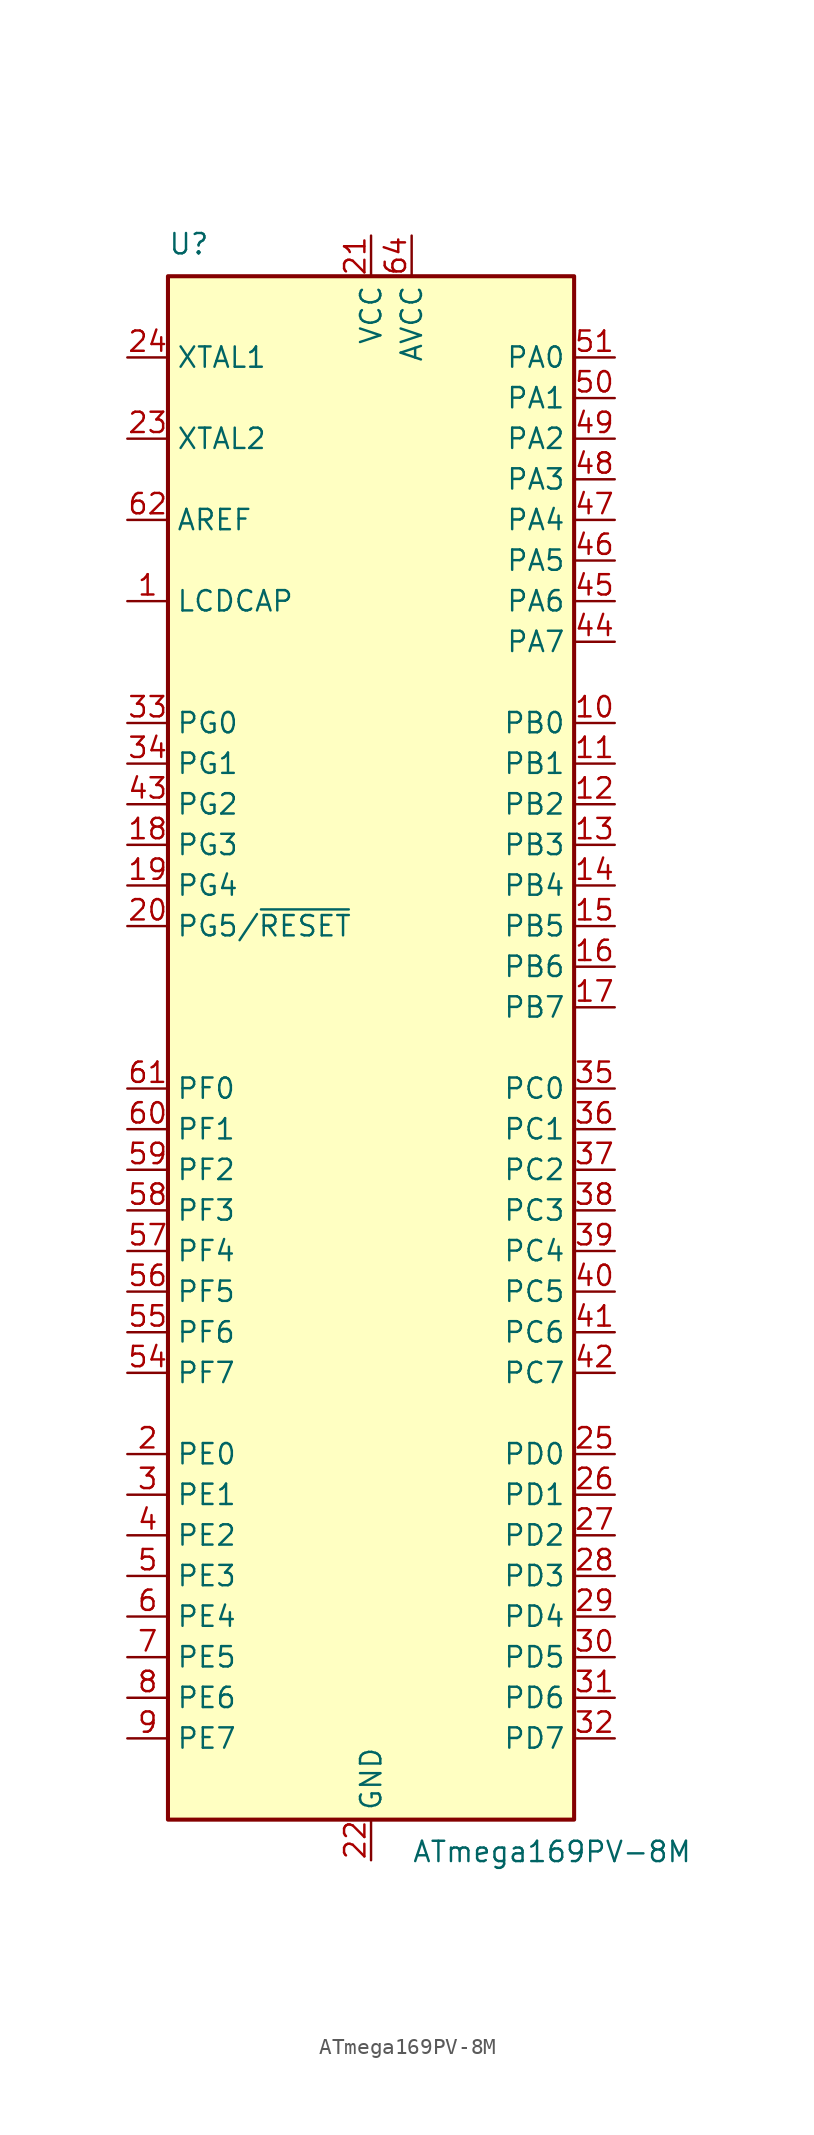
<source format=kicad_sym>
(kicad_symbol_lib
  (version 20201005)
  (generator kicad_symbol_editor)
  (symbol "ATmega169PV-8M"
    (property "Reference" "U"
      (at -12.7 49.53 0)
      (effects (font (size 1.27 1.27)) (justify left bottom)))
    (property "Value" "ATmega169PV-8M"
      (at 2.54 -49.53 0)
      (effects (font (size 1.27 1.27)) (justify left top)))
    (symbol "ATmega169PV-8M_0_1"
      (rectangle (start -12.7 -48.26) (end 12.7 48.26) (stroke (width 0.254)) (fill (type background))))
    (symbol "ATmega169PV-8M_1_1"
      (pin passive line (at -15.24 27.94 0) (length 2.54) (name "LCDCAP" (effects (font (size 1.27 1.27)))) (number "1" (effects (font (size 1.27 1.27)))))
      (pin bidirectional line (at 15.24 20.32 180) (length 2.54) (name "PB0" (effects (font (size 1.27 1.27)))) (number "10" (effects (font (size 1.27 1.27)))))
      (pin bidirectional line (at 15.24 17.78 180) (length 2.54) (name "PB1" (effects (font (size 1.27 1.27)))) (number "11" (effects (font (size 1.27 1.27)))))
      (pin bidirectional line (at 15.24 15.24 180) (length 2.54) (name "PB2" (effects (font (size 1.27 1.27)))) (number "12" (effects (font (size 1.27 1.27)))))
      (pin bidirectional line (at 15.24 12.7 180) (length 2.54) (name "PB3" (effects (font (size 1.27 1.27)))) (number "13" (effects (font (size 1.27 1.27)))))
      (pin bidirectional line (at 15.24 10.16 180) (length 2.54) (name "PB4" (effects (font (size 1.27 1.27)))) (number "14" (effects (font (size 1.27 1.27)))))
      (pin bidirectional line (at 15.24 7.62 180) (length 2.54) (name "PB5" (effects (font (size 1.27 1.27)))) (number "15" (effects (font (size 1.27 1.27)))))
      (pin bidirectional line (at 15.24 5.08 180) (length 2.54) (name "PB6" (effects (font (size 1.27 1.27)))) (number "16" (effects (font (size 1.27 1.27)))))
      (pin bidirectional line (at 15.24 2.54 180) (length 2.54) (name "PB7" (effects (font (size 1.27 1.27)))) (number "17" (effects (font (size 1.27 1.27)))))
      (pin bidirectional line (at -15.24 12.7 0) (length 2.54) (name "PG3" (effects (font (size 1.27 1.27)))) (number "18" (effects (font (size 1.27 1.27)))))
      (pin bidirectional line (at -15.24 10.16 0) (length 2.54) (name "PG4" (effects (font (size 1.27 1.27)))) (number "19" (effects (font (size 1.27 1.27)))))
      (pin bidirectional line (at -15.24 -25.4 0) (length 2.54) (name "PE0" (effects (font (size 1.27 1.27)))) (number "2" (effects (font (size 1.27 1.27)))))
      (pin bidirectional line (at -15.24 7.62 0) (length 2.54) (name "PG5/~RESET" (effects (font (size 1.27 1.27)))) (number "20" (effects (font (size 1.27 1.27)))))
      (pin power_in line (at 0 50.8 270) (length 2.54) (name "VCC" (effects (font (size 1.27 1.27)))) (number "21" (effects (font (size 1.27 1.27)))))
      (pin power_in line (at 0 -50.8 90) (length 2.54) (name "GND" (effects (font (size 1.27 1.27)))) (number "22" (effects (font (size 1.27 1.27)))))
      (pin output line (at -15.24 38.1 0) (length 2.54) (name "XTAL2" (effects (font (size 1.27 1.27)))) (number "23" (effects (font (size 1.27 1.27)))))
      (pin input line (at -15.24 43.18 0) (length 2.54) (name "XTAL1" (effects (font (size 1.27 1.27)))) (number "24" (effects (font (size 1.27 1.27)))))
      (pin bidirectional line (at 15.24 -25.4 180) (length 2.54) (name "PD0" (effects (font (size 1.27 1.27)))) (number "25" (effects (font (size 1.27 1.27)))))
      (pin bidirectional line (at 15.24 -27.94 180) (length 2.54) (name "PD1" (effects (font (size 1.27 1.27)))) (number "26" (effects (font (size 1.27 1.27)))))
      (pin bidirectional line (at 15.24 -30.48 180) (length 2.54) (name "PD2" (effects (font (size 1.27 1.27)))) (number "27" (effects (font (size 1.27 1.27)))))
      (pin bidirectional line (at 15.24 -33.02 180) (length 2.54) (name "PD3" (effects (font (size 1.27 1.27)))) (number "28" (effects (font (size 1.27 1.27)))))
      (pin bidirectional line (at 15.24 -35.56 180) (length 2.54) (name "PD4" (effects (font (size 1.27 1.27)))) (number "29" (effects (font (size 1.27 1.27)))))
      (pin bidirectional line (at -15.24 -27.94 0) (length 2.54) (name "PE1" (effects (font (size 1.27 1.27)))) (number "3" (effects (font (size 1.27 1.27)))))
      (pin bidirectional line (at 15.24 -38.1 180) (length 2.54) (name "PD5" (effects (font (size 1.27 1.27)))) (number "30" (effects (font (size 1.27 1.27)))))
      (pin bidirectional line (at 15.24 -40.64 180) (length 2.54) (name "PD6" (effects (font (size 1.27 1.27)))) (number "31" (effects (font (size 1.27 1.27)))))
      (pin bidirectional line (at 15.24 -43.18 180) (length 2.54) (name "PD7" (effects (font (size 1.27 1.27)))) (number "32" (effects (font (size 1.27 1.27)))))
      (pin bidirectional line (at -15.24 20.32 0) (length 2.54) (name "PG0" (effects (font (size 1.27 1.27)))) (number "33" (effects (font (size 1.27 1.27)))))
      (pin bidirectional line (at -15.24 17.78 0) (length 2.54) (name "PG1" (effects (font (size 1.27 1.27)))) (number "34" (effects (font (size 1.27 1.27)))))
      (pin bidirectional line (at 15.24 -2.54 180) (length 2.54) (name "PC0" (effects (font (size 1.27 1.27)))) (number "35" (effects (font (size 1.27 1.27)))))
      (pin bidirectional line (at 15.24 -5.08 180) (length 2.54) (name "PC1" (effects (font (size 1.27 1.27)))) (number "36" (effects (font (size 1.27 1.27)))))
      (pin bidirectional line (at 15.24 -7.62 180) (length 2.54) (name "PC2" (effects (font (size 1.27 1.27)))) (number "37" (effects (font (size 1.27 1.27)))))
      (pin bidirectional line (at 15.24 -10.16 180) (length 2.54) (name "PC3" (effects (font (size 1.27 1.27)))) (number "38" (effects (font (size 1.27 1.27)))))
      (pin bidirectional line (at 15.24 -12.7 180) (length 2.54) (name "PC4" (effects (font (size 1.27 1.27)))) (number "39" (effects (font (size 1.27 1.27)))))
      (pin bidirectional line (at -15.24 -30.48 0) (length 2.54) (name "PE2" (effects (font (size 1.27 1.27)))) (number "4" (effects (font (size 1.27 1.27)))))
      (pin bidirectional line (at 15.24 -15.24 180) (length 2.54) (name "PC5" (effects (font (size 1.27 1.27)))) (number "40" (effects (font (size 1.27 1.27)))))
      (pin bidirectional line (at 15.24 -17.78 180) (length 2.54) (name "PC6" (effects (font (size 1.27 1.27)))) (number "41" (effects (font (size 1.27 1.27)))))
      (pin bidirectional line (at 15.24 -20.32 180) (length 2.54) (name "PC7" (effects (font (size 1.27 1.27)))) (number "42" (effects (font (size 1.27 1.27)))))
      (pin bidirectional line (at -15.24 15.24 0) (length 2.54) (name "PG2" (effects (font (size 1.27 1.27)))) (number "43" (effects (font (size 1.27 1.27)))))
      (pin bidirectional line (at 15.24 25.4 180) (length 2.54) (name "PA7" (effects (font (size 1.27 1.27)))) (number "44" (effects (font (size 1.27 1.27)))))
      (pin bidirectional line (at 15.24 27.94 180) (length 2.54) (name "PA6" (effects (font (size 1.27 1.27)))) (number "45" (effects (font (size 1.27 1.27)))))
      (pin bidirectional line (at 15.24 30.48 180) (length 2.54) (name "PA5" (effects (font (size 1.27 1.27)))) (number "46" (effects (font (size 1.27 1.27)))))
      (pin bidirectional line (at 15.24 33.02 180) (length 2.54) (name "PA4" (effects (font (size 1.27 1.27)))) (number "47" (effects (font (size 1.27 1.27)))))
      (pin bidirectional line (at 15.24 35.56 180) (length 2.54) (name "PA3" (effects (font (size 1.27 1.27)))) (number "48" (effects (font (size 1.27 1.27)))))
      (pin bidirectional line (at 15.24 38.1 180) (length 2.54) (name "PA2" (effects (font (size 1.27 1.27)))) (number "49" (effects (font (size 1.27 1.27)))))
      (pin bidirectional line (at -15.24 -33.02 0) (length 2.54) (name "PE3" (effects (font (size 1.27 1.27)))) (number "5" (effects (font (size 1.27 1.27)))))
      (pin bidirectional line (at 15.24 40.64 180) (length 2.54) (name "PA1" (effects (font (size 1.27 1.27)))) (number "50" (effects (font (size 1.27 1.27)))))
      (pin bidirectional line (at 15.24 43.18 180) (length 2.54) (name "PA0" (effects (font (size 1.27 1.27)))) (number "51" (effects (font (size 1.27 1.27)))))
      (pin passive line (at 0 50.8 270) (length 2.54) hide (name "VCC" (effects (font (size 1.27 1.27)))) (number "52" (effects (font (size 1.27 1.27)))))
      (pin passive line (at 0 -50.8 90) (length 2.54) hide (name "GND" (effects (font (size 1.27 1.27)))) (number "53" (effects (font (size 1.27 1.27)))))
      (pin bidirectional line (at -15.24 -20.32 0) (length 2.54) (name "PF7" (effects (font (size 1.27 1.27)))) (number "54" (effects (font (size 1.27 1.27)))))
      (pin bidirectional line (at -15.24 -17.78 0) (length 2.54) (name "PF6" (effects (font (size 1.27 1.27)))) (number "55" (effects (font (size 1.27 1.27)))))
      (pin bidirectional line (at -15.24 -15.24 0) (length 2.54) (name "PF5" (effects (font (size 1.27 1.27)))) (number "56" (effects (font (size 1.27 1.27)))))
      (pin bidirectional line (at -15.24 -12.7 0) (length 2.54) (name "PF4" (effects (font (size 1.27 1.27)))) (number "57" (effects (font (size 1.27 1.27)))))
      (pin bidirectional line (at -15.24 -10.16 0) (length 2.54) (name "PF3" (effects (font (size 1.27 1.27)))) (number "58" (effects (font (size 1.27 1.27)))))
      (pin bidirectional line (at -15.24 -7.62 0) (length 2.54) (name "PF2" (effects (font (size 1.27 1.27)))) (number "59" (effects (font (size 1.27 1.27)))))
      (pin bidirectional line (at -15.24 -35.56 0) (length 2.54) (name "PE4" (effects (font (size 1.27 1.27)))) (number "6" (effects (font (size 1.27 1.27)))))
      (pin bidirectional line (at -15.24 -5.08 0) (length 2.54) (name "PF1" (effects (font (size 1.27 1.27)))) (number "60" (effects (font (size 1.27 1.27)))))
      (pin bidirectional line (at -15.24 -2.54 0) (length 2.54) (name "PF0" (effects (font (size 1.27 1.27)))) (number "61" (effects (font (size 1.27 1.27)))))
      (pin passive line (at -15.24 33.02 0) (length 2.54) (name "AREF" (effects (font (size 1.27 1.27)))) (number "62" (effects (font (size 1.27 1.27)))))
      (pin passive line (at 0 -50.8 90) (length 2.54) hide (name "GND" (effects (font (size 1.27 1.27)))) (number "63" (effects (font (size 1.27 1.27)))))
      (pin power_in line (at 2.54 50.8 270) (length 2.54) (name "AVCC" (effects (font (size 1.27 1.27)))) (number "64" (effects (font (size 1.27 1.27)))))
      (pin passive line (at 0 -50.8 90) (length 2.54) hide (name "GND" (effects (font (size 1.27 1.27)))) (number "65" (effects (font (size 1.27 1.27)))))
      (pin bidirectional line (at -15.24 -38.1 0) (length 2.54) (name "PE5" (effects (font (size 1.27 1.27)))) (number "7" (effects (font (size 1.27 1.27)))))
      (pin bidirectional line (at -15.24 -40.64 0) (length 2.54) (name "PE6" (effects (font (size 1.27 1.27)))) (number "8" (effects (font (size 1.27 1.27)))))
      (pin bidirectional line (at -15.24 -43.18 0) (length 2.54) (name "PE7" (effects (font (size 1.27 1.27)))) (number "9" (effects (font (size 1.27 1.27))))))))
</source>
